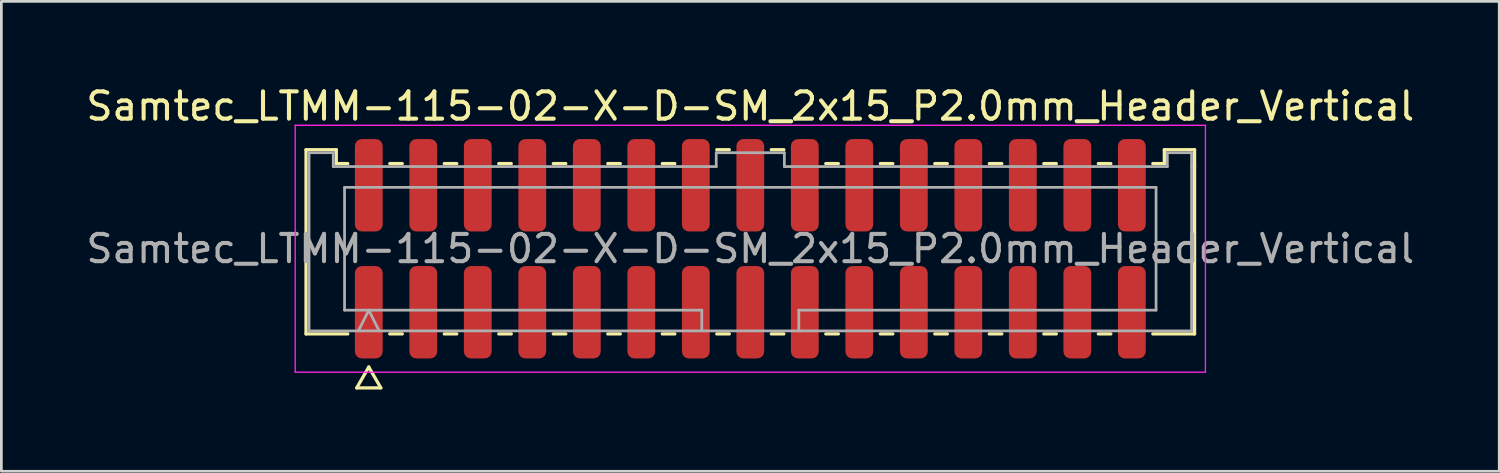
<source format=kicad_pcb>
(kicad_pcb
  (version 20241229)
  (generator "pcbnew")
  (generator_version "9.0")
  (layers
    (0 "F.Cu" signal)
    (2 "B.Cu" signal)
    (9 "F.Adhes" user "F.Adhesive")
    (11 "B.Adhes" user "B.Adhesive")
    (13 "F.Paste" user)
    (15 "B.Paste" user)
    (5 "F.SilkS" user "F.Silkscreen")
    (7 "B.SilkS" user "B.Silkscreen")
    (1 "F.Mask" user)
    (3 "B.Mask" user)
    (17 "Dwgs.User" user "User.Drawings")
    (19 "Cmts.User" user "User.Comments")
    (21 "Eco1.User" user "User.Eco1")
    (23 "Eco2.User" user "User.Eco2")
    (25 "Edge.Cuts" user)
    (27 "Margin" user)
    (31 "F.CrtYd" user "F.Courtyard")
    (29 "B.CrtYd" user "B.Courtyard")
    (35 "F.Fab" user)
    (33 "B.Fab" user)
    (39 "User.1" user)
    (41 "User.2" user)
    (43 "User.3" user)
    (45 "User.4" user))
  (footprint "Samtec_LTMM-115-02-X-D-SM_2x15_P2.0mm_Header_Vertical"
    (layer "F.Cu")
    (at 24.482 6.078)
    (property "Reference" "Samtec_LTMM-115-02-X-D-SM_2x15_P2.0mm_Header_Vertical" (at 0 -5.23 0) (layer "F.SilkS") (effects (font (size 1 1) (thickness 0.15))))
    (attr smd)
    (fp_line (start -16.302 -3.635) (end -15.193 -3.635) (stroke (width 0.12) (type solid)) (layer "F.SilkS"))
    (fp_line (start -16.302 3.125) (end -16.302 -3.635) (stroke (width 0.12) (type solid)) (layer "F.SilkS"))
    (fp_line (start -15.193 -3.635) (end -15.193 -3.125) (stroke (width 0.12) (type solid)) (layer "F.SilkS"))
    (fp_line (start -15.193 -3.125) (end -14.77 -3.125) (stroke (width 0.12) (type solid)) (layer "F.SilkS"))
    (fp_line (start -14.77 3.125) (end -16.302 3.125) (stroke (width 0.12) (type solid)) (layer "F.SilkS"))
    (fp_line (start -14.442 5.105) (end -14 4.34) (stroke (width 0.12) (type solid)) (layer "F.SilkS"))
    (fp_line (start -14 4.34) (end -13.558 5.105) (stroke (width 0.12) (type solid)) (layer "F.SilkS"))
    (fp_line (start -13.558 5.105) (end -14.442 5.105) (stroke (width 0.12) (type solid)) (layer "F.SilkS"))
    (fp_line (start -13.23 -3.125) (end -12.77 -3.125) (stroke (width 0.12) (type solid)) (layer "F.SilkS"))
    (fp_line (start -12.77 3.125) (end -13.23 3.125) (stroke (width 0.12) (type solid)) (layer "F.SilkS"))
    (fp_line (start -11.23 -3.125) (end -10.77 -3.125) (stroke (width 0.12) (type solid)) (layer "F.SilkS"))
    (fp_line (start -10.77 3.125) (end -11.23 3.125) (stroke (width 0.12) (type solid)) (layer "F.SilkS"))
    (fp_line (start -9.23 -3.125) (end -8.77 -3.125) (stroke (width 0.12) (type solid)) (layer "F.SilkS"))
    (fp_line (start -8.77 3.125) (end -9.23 3.125) (stroke (width 0.12) (type solid)) (layer "F.SilkS"))
    (fp_line (start -7.23 -3.125) (end -6.77 -3.125) (stroke (width 0.12) (type solid)) (layer "F.SilkS"))
    (fp_line (start -6.77 3.125) (end -7.23 3.125) (stroke (width 0.12) (type solid)) (layer "F.SilkS"))
    (fp_line (start -5.23 -3.125) (end -4.77 -3.125) (stroke (width 0.12) (type solid)) (layer "F.SilkS"))
    (fp_line (start -4.77 3.125) (end -5.23 3.125) (stroke (width 0.12) (type solid)) (layer "F.SilkS"))
    (fp_line (start -3.23 -3.125) (end -2.77 -3.125) (stroke (width 0.12) (type solid)) (layer "F.SilkS"))
    (fp_line (start -2.77 3.125) (end -3.23 3.125) (stroke (width 0.12) (type solid)) (layer "F.SilkS"))
    (fp_line (start -1.23 -3.635) (end -0.77 -3.635) (stroke (width 0.12) (type solid)) (layer "F.SilkS"))
    (fp_line (start -0.77 3.125) (end -1.23 3.125) (stroke (width 0.12) (type solid)) (layer "F.SilkS"))
    (fp_line (start 0.77 -3.635) (end 1.23 -3.635) (stroke (width 0.12) (type solid)) (layer "F.SilkS"))
    (fp_line (start 1.23 3.125) (end 0.77 3.125) (stroke (width 0.12) (type solid)) (layer "F.SilkS"))
    (fp_line (start 2.77 -3.125) (end 3.23 -3.125) (stroke (width 0.12) (type solid)) (layer "F.SilkS"))
    (fp_line (start 3.23 3.125) (end 2.77 3.125) (stroke (width 0.12) (type solid)) (layer "F.SilkS"))
    (fp_line (start 4.77 -3.125) (end 5.23 -3.125) (stroke (width 0.12) (type solid)) (layer "F.SilkS"))
    (fp_line (start 5.23 3.125) (end 4.77 3.125) (stroke (width 0.12) (type solid)) (layer "F.SilkS"))
    (fp_line (start 6.77 -3.125) (end 7.23 -3.125) (stroke (width 0.12) (type solid)) (layer "F.SilkS"))
    (fp_line (start 7.23 3.125) (end 6.77 3.125) (stroke (width 0.12) (type solid)) (layer "F.SilkS"))
    (fp_line (start 8.77 -3.125) (end 9.23 -3.125) (stroke (width 0.12) (type solid)) (layer "F.SilkS"))
    (fp_line (start 9.23 3.125) (end 8.77 3.125) (stroke (width 0.12) (type solid)) (layer "F.SilkS"))
    (fp_line (start 10.77 -3.125) (end 11.23 -3.125) (stroke (width 0.12) (type solid)) (layer "F.SilkS"))
    (fp_line (start 11.23 3.125) (end 10.77 3.125) (stroke (width 0.12) (type solid)) (layer "F.SilkS"))
    (fp_line (start 12.77 -3.125) (end 13.23 -3.125) (stroke (width 0.12) (type solid)) (layer "F.SilkS"))
    (fp_line (start 13.23 3.125) (end 12.77 3.125) (stroke (width 0.12) (type solid)) (layer "F.SilkS"))
    (fp_line (start 14.77 -3.125) (end 15.193 -3.125) (stroke (width 0.12) (type solid)) (layer "F.SilkS"))
    (fp_line (start 15.193 -3.635) (end 16.302 -3.635) (stroke (width 0.12) (type solid)) (layer "F.SilkS"))
    (fp_line (start 15.193 -3.125) (end 15.193 -3.635) (stroke (width 0.12) (type solid)) (layer "F.SilkS"))
    (fp_line (start 16.302 -3.635) (end 16.302 -3.015) (stroke (width 0.12) (type solid)) (layer "F.SilkS"))
    (fp_line (start 16.302 -3.015) (end 16.302 3.125) (stroke (width 0.12) (type solid)) (layer "F.SilkS"))
    (fp_line (start 16.302 3.125) (end 14.77 3.125) (stroke (width 0.12) (type solid)) (layer "F.SilkS"))
    (fp_line (start -16.7 -4.53) (end -16.7 4.53) (stroke (width 0.05) (type solid)) (layer "F.CrtYd"))
    (fp_line (start -16.7 4.53) (end 16.7 4.53) (stroke (width 0.05) (type solid)) (layer "F.CrtYd"))
    (fp_line (start 16.7 -4.53) (end -16.7 -4.53) (stroke (width 0.05) (type solid)) (layer "F.CrtYd"))
    (fp_line (start 16.7 4.53) (end 16.7 -4.53) (stroke (width 0.05) (type solid)) (layer "F.CrtYd"))
    (fp_line (start -16.192 -3.525) (end -15.303 -3.525) (stroke (width 0.1) (type solid)) (layer "F.Fab"))
    (fp_line (start -16.192 3.015) (end -16.192 -3.525) (stroke (width 0.1) (type solid)) (layer "F.Fab"))
    (fp_line (start -15.303 -3.525) (end -15.303 -3.015) (stroke (width 0.1) (type solid)) (layer "F.Fab"))
    (fp_line (start -15.303 -3.015) (end -1.25 -3.015) (stroke (width 0.1) (type solid)) (layer "F.Fab"))
    (fp_line (start -14.889 -2.253) (end 14.889 -2.253) (stroke (width 0.1) (type solid)) (layer "F.Fab"))
    (fp_line (start -14.889 2.253) (end -14.889 -2.253) (stroke (width 0.1) (type solid)) (layer "F.Fab"))
    (fp_line (start -14.381 3.015) (end -14 2.253) (stroke (width 0.1) (type solid)) (layer "F.Fab"))
    (fp_line (start -14 2.253) (end -13.619 3.015) (stroke (width 0.1) (type solid)) (layer "F.Fab"))
    (fp_line (start -1.78 2.253) (end -14.889 2.253) (stroke (width 0.1) (type solid)) (layer "F.Fab"))
    (fp_line (start -1.78 3.015) (end -1.78 2.253) (stroke (width 0.1) (type solid)) (layer "F.Fab"))
    (fp_line (start -1.25 -3.525) (end 1.25 -3.525) (stroke (width 0.1) (type solid)) (layer "F.Fab"))
    (fp_line (start -1.25 -3.015) (end -1.25 -3.525) (stroke (width 0.1) (type solid)) (layer "F.Fab"))
    (fp_line (start 1.25 -3.525) (end 1.25 -3.015) (stroke (width 0.1) (type solid)) (layer "F.Fab"))
    (fp_line (start 1.25 -3.015) (end 15.303 -3.015) (stroke (width 0.1) (type solid)) (layer "F.Fab"))
    (fp_line (start 1.78 2.253) (end 1.78 3.015) (stroke (width 0.1) (type solid)) (layer "F.Fab"))
    (fp_line (start 14.889 -2.253) (end 14.889 2.253) (stroke (width 0.1) (type solid)) (layer "F.Fab"))
    (fp_line (start 14.889 2.253) (end 1.78 2.253) (stroke (width 0.1) (type solid)) (layer "F.Fab"))
    (fp_line (start 15.303 -3.525) (end 16.192 -3.525) (stroke (width 0.1) (type solid)) (layer "F.Fab"))
    (fp_line (start 15.303 -3.015) (end 15.303 -3.525) (stroke (width 0.1) (type solid)) (layer "F.Fab"))
    (fp_line (start 16.192 -3.525) (end 16.192 -3.015) (stroke (width 0.1) (type solid)) (layer "F.Fab"))
    (fp_line (start 16.192 -3.015) (end 16.192 3.015) (stroke (width 0.1) (type solid)) (layer "F.Fab"))
    (fp_line (start 16.192 3.015) (end -16.192 3.015) (stroke (width 0.1) (type solid)) (layer "F.Fab"))
    (fp_text user "${REFERENCE}" (at 0 0 0) (layer "F.Fab") (effects (font (size 1 1) (thickness 0.15))))
    (pad "1" smd roundrect (at -14 2.33) (size 1.02 3.39) (layers "F.Cu" "F.Mask" "F.Paste") (roundrect_rratio 0.25))
    (pad "2" smd roundrect (at -14 -2.33) (size 1.02 3.39) (layers "F.Cu" "F.Mask" "F.Paste") (roundrect_rratio 0.25))
    (pad "3" smd roundrect (at -12 2.33) (size 1.02 3.39) (layers "F.Cu" "F.Mask" "F.Paste") (roundrect_rratio 0.25))
    (pad "4" smd roundrect (at -12 -2.33) (size 1.02 3.39) (layers "F.Cu" "F.Mask" "F.Paste") (roundrect_rratio 0.25))
    (pad "5" smd roundrect (at -10 2.33) (size 1.02 3.39) (layers "F.Cu" "F.Mask" "F.Paste") (roundrect_rratio 0.25))
    (pad "6" smd roundrect (at -10 -2.33) (size 1.02 3.39) (layers "F.Cu" "F.Mask" "F.Paste") (roundrect_rratio 0.25))
    (pad "7" smd roundrect (at -8 2.33) (size 1.02 3.39) (layers "F.Cu" "F.Mask" "F.Paste") (roundrect_rratio 0.25))
    (pad "8" smd roundrect (at -8 -2.33) (size 1.02 3.39) (layers "F.Cu" "F.Mask" "F.Paste") (roundrect_rratio 0.25))
    (pad "9" smd roundrect (at -6 2.33) (size 1.02 3.39) (layers "F.Cu" "F.Mask" "F.Paste") (roundrect_rratio 0.25))
    (pad "10" smd roundrect (at -6 -2.33) (size 1.02 3.39) (layers "F.Cu" "F.Mask" "F.Paste") (roundrect_rratio 0.25))
    (pad "11" smd roundrect (at -4 2.33) (size 1.02 3.39) (layers "F.Cu" "F.Mask" "F.Paste") (roundrect_rratio 0.25))
    (pad "12" smd roundrect (at -4 -2.33) (size 1.02 3.39) (layers "F.Cu" "F.Mask" "F.Paste") (roundrect_rratio 0.25))
    (pad "13" smd roundrect (at -2 2.33) (size 1.02 3.39) (layers "F.Cu" "F.Mask" "F.Paste") (roundrect_rratio 0.25))
    (pad "14" smd roundrect (at -2 -2.33) (size 1.02 3.39) (layers "F.Cu" "F.Mask" "F.Paste") (roundrect_rratio 0.25))
    (pad "15" smd roundrect (at 0 2.33) (size 1.02 3.39) (layers "F.Cu" "F.Mask" "F.Paste") (roundrect_rratio 0.25))
    (pad "16" smd roundrect (at 0 -2.33) (size 1.02 3.39) (layers "F.Cu" "F.Mask" "F.Paste") (roundrect_rratio 0.25))
    (pad "17" smd roundrect (at 2 2.33) (size 1.02 3.39) (layers "F.Cu" "F.Mask" "F.Paste") (roundrect_rratio 0.25))
    (pad "18" smd roundrect (at 2 -2.33) (size 1.02 3.39) (layers "F.Cu" "F.Mask" "F.Paste") (roundrect_rratio 0.25))
    (pad "19" smd roundrect (at 4 2.33) (size 1.02 3.39) (layers "F.Cu" "F.Mask" "F.Paste") (roundrect_rratio 0.25))
    (pad "20" smd roundrect (at 4 -2.33) (size 1.02 3.39) (layers "F.Cu" "F.Mask" "F.Paste") (roundrect_rratio 0.25))
    (pad "21" smd roundrect (at 6 2.33) (size 1.02 3.39) (layers "F.Cu" "F.Mask" "F.Paste") (roundrect_rratio 0.25))
    (pad "22" smd roundrect (at 6 -2.33) (size 1.02 3.39) (layers "F.Cu" "F.Mask" "F.Paste") (roundrect_rratio 0.25))
    (pad "23" smd roundrect (at 8 2.33) (size 1.02 3.39) (layers "F.Cu" "F.Mask" "F.Paste") (roundrect_rratio 0.25))
    (pad "24" smd roundrect (at 8 -2.33) (size 1.02 3.39) (layers "F.Cu" "F.Mask" "F.Paste") (roundrect_rratio 0.25))
    (pad "25" smd roundrect (at 10 2.33) (size 1.02 3.39) (layers "F.Cu" "F.Mask" "F.Paste") (roundrect_rratio 0.25))
    (pad "26" smd roundrect (at 10 -2.33) (size 1.02 3.39) (layers "F.Cu" "F.Mask" "F.Paste") (roundrect_rratio 0.25))
    (pad "27" smd roundrect (at 12 2.33) (size 1.02 3.39) (layers "F.Cu" "F.Mask" "F.Paste") (roundrect_rratio 0.25))
    (pad "28" smd roundrect (at 12 -2.33) (size 1.02 3.39) (layers "F.Cu" "F.Mask" "F.Paste") (roundrect_rratio 0.25))
    (pad "29" smd roundrect (at 14 2.33) (size 1.02 3.39) (layers "F.Cu" "F.Mask" "F.Paste") (roundrect_rratio 0.25))
    (pad "30" smd roundrect (at 14 -2.33) (size 1.02 3.39) (layers "F.Cu" "F.Mask" "F.Paste") (roundrect_rratio 0.25)))
  (gr_rect
    (start -3 -3)
    (end 51.964 14.243)
    (stroke (width 0.1) (type default))
    (fill no)
    (layer "Edge.Cuts")))
</source>
